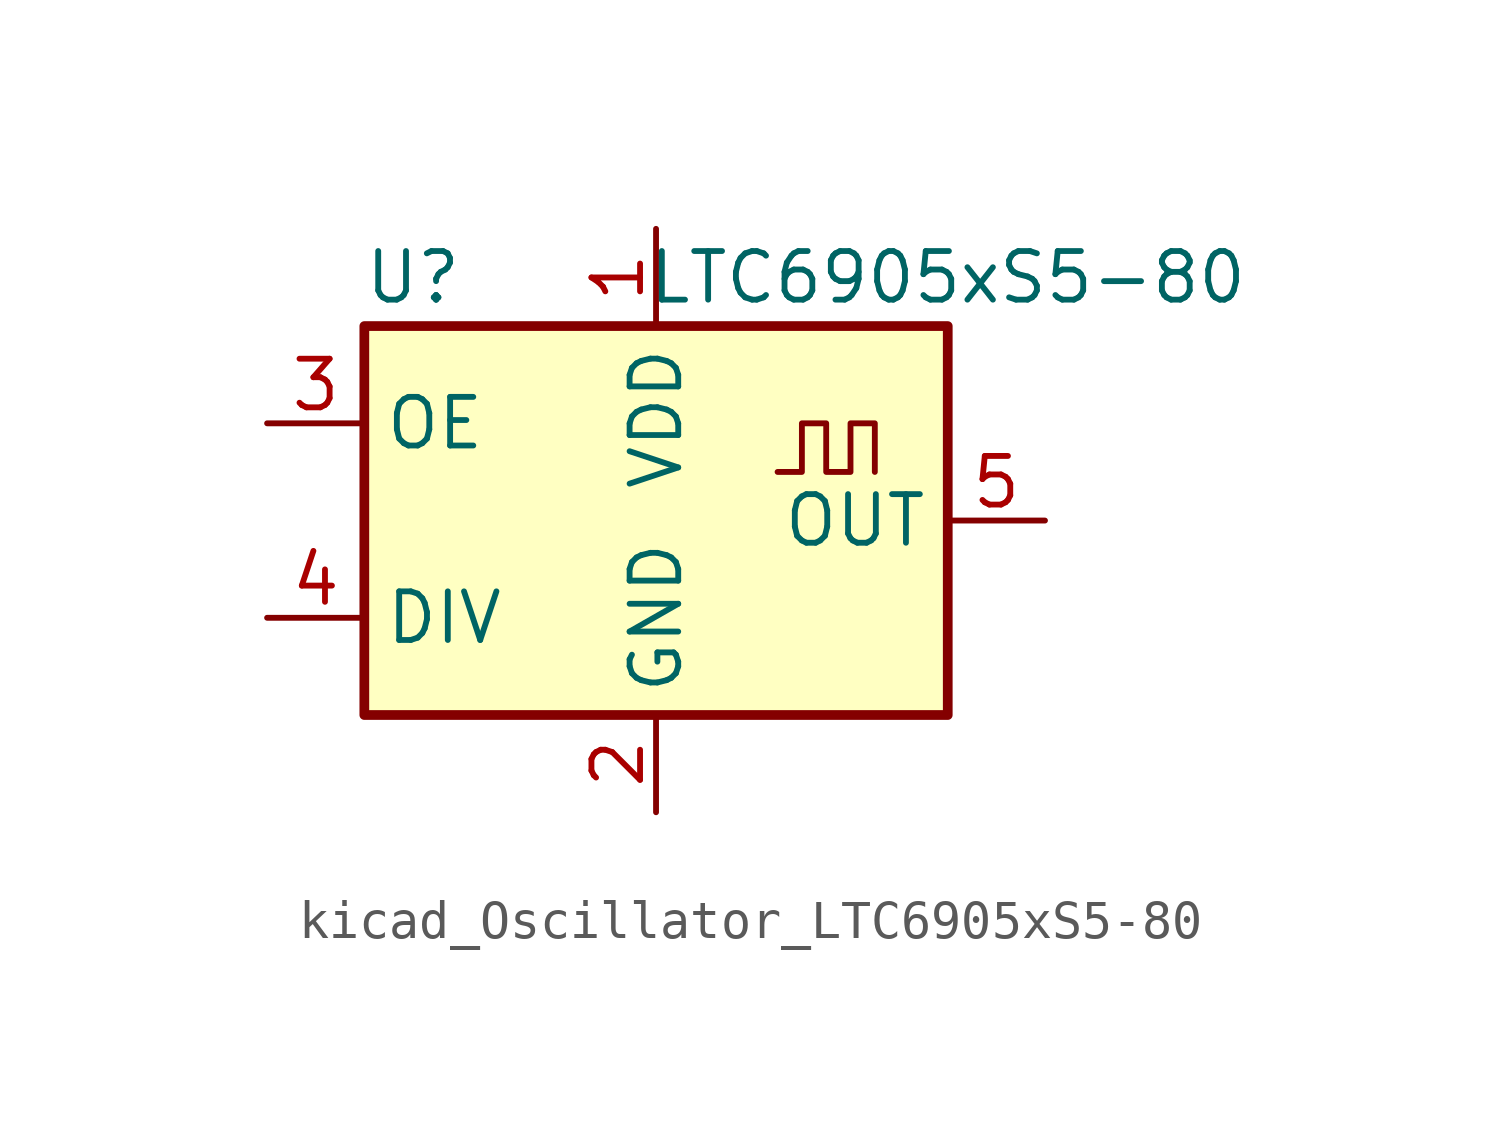
<source format=kicad_sym>
(kicad_symbol_lib
  (version 20220914)
  (generator kicad_symbol_editor)
  (symbol "kicad_Oscillator_LTC6905xS5-80"
    (property "Reference" "U"
      (at -6.35 6.35 0)
      (effects (font (size 1.27 1.27))))
    (property "Value" "LTC6905xS5-80"
      (at 7.62 6.35 0)
      (effects (font (size 1.27 1.27))))
    (symbol "kicad_Oscillator_LTC6905xS5-80_1_1"
      (rectangle (start -7.62 5.08) (end 7.62 -5.08) (stroke (width 0.254) (type default)) (fill (type background)))
      (polyline (pts (xy 3.175 1.27) (xy 3.81 1.27) (xy 3.81 2.54) (xy 4.445 2.54) (xy 4.445 1.27) (xy 5.08 1.27) (xy 5.08 2.54) (xy 5.715 2.54) (xy 5.715 1.27)) (stroke (width 0) (type default)) (fill (type none)))
      (pin power_in line (at 0 7.62 270) (length 2.54) (name "VDD" (effects (font (size 1.27 1.27)))) (number "1" (effects (font (size 1.27 1.27)))))
      (pin power_in line (at 0 -7.62 90) (length 2.54) (name "GND" (effects (font (size 1.27 1.27)))) (number "2" (effects (font (size 1.27 1.27)))))
      (pin input line (at -10.16 2.54 0) (length 2.54) (name "OE" (effects (font (size 1.27 1.27)))) (number "3" (effects (font (size 1.27 1.27)))))
      (pin input line (at -10.16 -2.54 0) (length 2.54) (name "DIV" (effects (font (size 1.27 1.27)))) (number "4" (effects (font (size 1.27 1.27)))))
      (pin output line (at 10.16 0 180) (length 2.54) (name "OUT" (effects (font (size 1.27 1.27)))) (number "5" (effects (font (size 1.27 1.27))))))))
</source>
